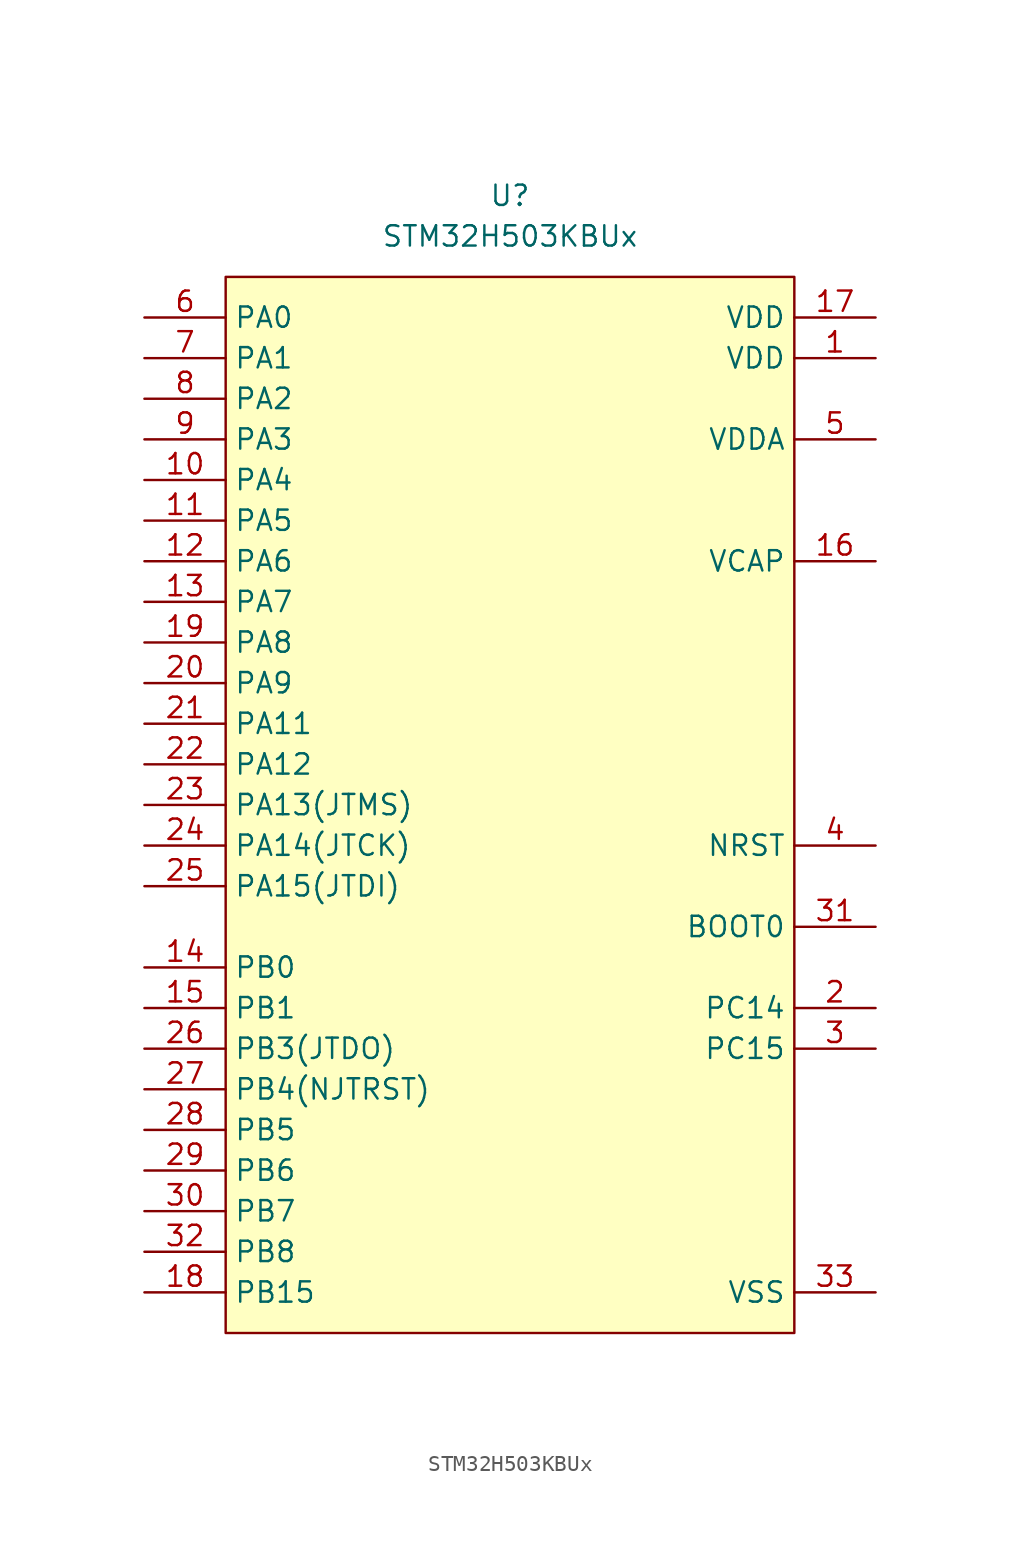
<source format=kicad_sym>
(kicad_symbol_lib
  (version 20241209)
  (generator "kicad_symbol_editor")
  (generator_version "9.0")
  (symbol "STM32H503KBUx"
    (property "Reference" "U"
      (at 0 5.08 0)
      (effects (font (size 1.27 1.27))))
    (property "Value" "STM32H503KBUx"
      (at 0 2.54 0)
      (effects (font (size 1.27 1.27))))
    (symbol "STM32H503KBUx_1_1"
      (rectangle (start -17.78 0) (end 17.78 -66.04) (stroke (width 0) (type solid)) (fill (type background)))
      (pin bidirectional line (at -22.86 -2.54 0) (length 5.08) (name "PA0" (effects (font (size 1.27 1.27)))) (number "6" (effects (font (size 1.27 1.27)))) (alternate "ADC1_INN1" bidirectional line) (alternate "ADC1_INP0" bidirectional line) (alternate "COMP1_INP" bidirectional line) (alternate "I2S1_SDI" bidirectional line) (alternate "I2S2_MCK" bidirectional line) (alternate "I2S3_WS" bidirectional line) (alternate "LPTIM1_ETR" bidirectional line) (alternate "LPTIM1_IN2" bidirectional line) (alternate "LPTIM2_ETR" bidirectional line) (alternate "OPAMP1_VINP" bidirectional line) (alternate "PWR_WKUP1" bidirectional line) (alternate "RTC_OUT2" bidirectional line) (alternate "SPI1_MISO" bidirectional line) (alternate "SPI3_NSS" bidirectional line) (alternate "SPI3_RDY" bidirectional line) (alternate "TAMP_IN2" bidirectional line) (alternate "TAMP_OUT1" bidirectional line) (alternate "TIM2_CH1" bidirectional line) (alternate "TIM2_ETR" bidirectional line) (alternate "TIM3_CH1" bidirectional line) (alternate "USART1_CTS" bidirectional line) (alternate "USART1_NSS" bidirectional line) (alternate "USART2_CTS" bidirectional line) (alternate "USART2_NSS" bidirectional line) (alternate "USART3_CK" bidirectional line) (alternate "USART3_CTS" bidirectional line) (alternate "USART3_NSS" bidirectional line))
      (pin bidirectional line (at -22.86 -5.08 0) (length 5.08) (name "PA1" (effects (font (size 1.27 1.27)))) (number "7" (effects (font (size 1.27 1.27)))) (alternate "ADC1_INP1" bidirectional line) (alternate "I2S1_WS" bidirectional line) (alternate "I2S3_CK" bidirectional line) (alternate "LPTIM1_IN1" bidirectional line) (alternate "SPI1_NSS" bidirectional line) (alternate "SPI2_RDY" bidirectional line) (alternate "SPI3_SCK" bidirectional line) (alternate "TIM1_CH3" bidirectional line) (alternate "TIM2_CH2" bidirectional line) (alternate "USART1_RX" bidirectional line) (alternate "USART2_CK" bidirectional line) (alternate "USART2_DE" bidirectional line) (alternate "USART2_RTS" bidirectional line))
      (pin bidirectional line (at -22.86 -7.62 0) (length 5.08) (name "PA2" (effects (font (size 1.27 1.27)))) (number "8" (effects (font (size 1.27 1.27)))) (alternate "ADC1_INP14" bidirectional line) (alternate "I2S1_CK" bidirectional line) (alternate "I2S3_SDI" bidirectional line) (alternate "LPTIM1_IN2" bidirectional line) (alternate "LPUART1_RX" bidirectional line) (alternate "PWR_WKUP2" bidirectional line) (alternate "SPI1_SCK" bidirectional line) (alternate "SPI3_MISO" bidirectional line) (alternate "TIM1_CH4" bidirectional line) (alternate "TIM2_CH3" bidirectional line) (alternate "TIM3_ETR" bidirectional line) (alternate "USART1_TX" bidirectional line) (alternate "USART2_TX" bidirectional line))
      (pin bidirectional line (at -22.86 -10.16 0) (length 5.08) (name "PA3" (effects (font (size 1.27 1.27)))) (number "9" (effects (font (size 1.27 1.27)))) (alternate "ADC1_INP15" bidirectional line) (alternate "I2S1_SDI" bidirectional line) (alternate "I2S2_WS" bidirectional line) (alternate "I2S3_SDO" bidirectional line) (alternate "LPUART1_TX" bidirectional line) (alternate "SPI1_MISO" bidirectional line) (alternate "SPI2_NSS" bidirectional line) (alternate "SPI3_MOSI" bidirectional line) (alternate "TIM1_CH1N" bidirectional line) (alternate "TIM2_CH4" bidirectional line) (alternate "USART1_CK" bidirectional line) (alternate "USART2_RX" bidirectional line) (alternate "USART3_RX" bidirectional line))
      (pin bidirectional line (at -22.86 -12.7 0) (length 5.08) (name "PA4" (effects (font (size 1.27 1.27)))) (number "10" (effects (font (size 1.27 1.27)))) (alternate "ADC1_INP18" bidirectional line) (alternate "DAC1_OUT1" bidirectional line) (alternate "I2S1_SDO" bidirectional line) (alternate "I2S1_WS" bidirectional line) (alternate "I2S3_SDI" bidirectional line) (alternate "I2S3_WS" bidirectional line) (alternate "LPTIM2_CH1" bidirectional line) (alternate "SPI1_MOSI" bidirectional line) (alternate "SPI1_NSS" bidirectional line) (alternate "SPI3_MISO" bidirectional line) (alternate "SPI3_NSS" bidirectional line) (alternate "TIM1_BKIN" bidirectional line) (alternate "TIM1_CH2N" bidirectional line) (alternate "USART1_DE" bidirectional line) (alternate "USART1_RTS" bidirectional line) (alternate "USART2_CK" bidirectional line) (alternate "USART3_TX" bidirectional line))
      (pin bidirectional line (at -22.86 -15.24 0) (length 5.08) (name "PA5" (effects (font (size 1.27 1.27)))) (number "11" (effects (font (size 1.27 1.27)))) (alternate "ADC1_INN18" bidirectional line) (alternate "ADC1_INP19" bidirectional line) (alternate "COMP1_INM" bidirectional line) (alternate "DAC1_OUT2" bidirectional line) (alternate "I2S1_CK" bidirectional line) (alternate "I2S1_MCK" bidirectional line) (alternate "I2S2_CK" bidirectional line) (alternate "I2S3_SDO" bidirectional line) (alternate "LPTIM1_CH1" bidirectional line) (alternate "LPTIM1_ETR" bidirectional line) (alternate "LPTIM2_CH2" bidirectional line) (alternate "LPUART1_DE" bidirectional line) (alternate "LPUART1_RTS" bidirectional line) (alternate "PWR_CSTOP" bidirectional line) (alternate "SPI1_SCK" bidirectional line) (alternate "SPI2_SCK" bidirectional line) (alternate "SPI3_MOSI" bidirectional line) (alternate "TIM2_CH1" bidirectional line) (alternate "TIM2_ETR" bidirectional line) (alternate "USART2_CTS" bidirectional line) (alternate "USART2_NSS" bidirectional line) (alternate "USART2_TX" bidirectional line) (alternate "USART3_RX" bidirectional line))
      (pin bidirectional line (at -22.86 -17.78 0) (length 5.08) (name "PA6" (effects (font (size 1.27 1.27)))) (number "12" (effects (font (size 1.27 1.27)))) (alternate "ADC1_INP3" bidirectional line) (alternate "I2S1_SDI" bidirectional line) (alternate "SPI1_MISO" bidirectional line) (alternate "TIM1_BKIN" bidirectional line) (alternate "TIM3_CH1" bidirectional line))
      (pin bidirectional line (at -22.86 -20.32 0) (length 5.08) (name "PA7" (effects (font (size 1.27 1.27)))) (number "13" (effects (font (size 1.27 1.27)))) (alternate "ADC1_INN3" bidirectional line) (alternate "ADC1_INP7" bidirectional line) (alternate "AUDIOCLK" bidirectional line) (alternate "I2S1_MCK" bidirectional line) (alternate "I2S1_SDO" bidirectional line) (alternate "I2S2_MCK" bidirectional line) (alternate "I2S2_SDI" bidirectional line) (alternate "I2S3_MCK" bidirectional line) (alternate "LPTIM2_ETR" bidirectional line) (alternate "OPAMP1_VOUT" bidirectional line) (alternate "PWR_CSLEEP" bidirectional line) (alternate "SPI1_MOSI" bidirectional line) (alternate "SPI2_MISO" bidirectional line) (alternate "TIM1_CH1N" bidirectional line) (alternate "TIM2_CH3" bidirectional line) (alternate "TIM3_CH2" bidirectional line) (alternate "USART1_DE" bidirectional line) (alternate "USART1_RTS" bidirectional line) (alternate "USART3_CK" bidirectional line) (alternate "USART3_DE" bidirectional line) (alternate "USART3_RTS" bidirectional line))
      (pin bidirectional line (at -22.86 -22.86 0) (length 5.08) (name "PA8" (effects (font (size 1.27 1.27)))) (number "19" (effects (font (size 1.27 1.27)))) (alternate "FDCAN1_RX" bidirectional line) (alternate "I2S1_CK" bidirectional line) (alternate "I2S2_SDO" bidirectional line) (alternate "I2S2_WS" bidirectional line) (alternate "LPTIM2_IN1" bidirectional line) (alternate "LPUART1_CTS" bidirectional line) (alternate "RCC_MCO_1" bidirectional line) (alternate "SPI1_RDY" bidirectional line) (alternate "SPI1_SCK" bidirectional line) (alternate "SPI2_MOSI" bidirectional line) (alternate "SPI2_NSS" bidirectional line) (alternate "TIM1_CH1" bidirectional line) (alternate "TIM1_CH4N" bidirectional line) (alternate "TIM3_CH3" bidirectional line) (alternate "USART1_CK" bidirectional line) (alternate "USART2_TX" bidirectional line) (alternate "USART3_TX" bidirectional line) (alternate "USB_SOF" bidirectional line))
      (pin bidirectional line (at -22.86 -25.4 0) (length 5.08) (name "PA9" (effects (font (size 1.27 1.27)))) (number "20" (effects (font (size 1.27 1.27)))) (alternate "DAC1_EXTI9" bidirectional line) (alternate "DEBUG_TRACED2" bidirectional line) (alternate "I2S1_SDI" bidirectional line) (alternate "I2S2_CK" bidirectional line) (alternate "I2S3_SDO" bidirectional line) (alternate "LPUART1_TX" bidirectional line) (alternate "SPI1_MISO" bidirectional line) (alternate "SPI2_SCK" bidirectional line) (alternate "SPI3_MOSI" bidirectional line) (alternate "TIM1_CH2" bidirectional line) (alternate "USART1_TX" bidirectional line) (alternate "USART3_CK" bidirectional line))
      (pin bidirectional line (at -22.86 -27.94 0) (length 5.08) (name "PA11" (effects (font (size 1.27 1.27)))) (number "21" (effects (font (size 1.27 1.27)))) (alternate "ADC1_EXTI11" bidirectional line) (alternate "DEBUG_TRGIO" bidirectional line) (alternate "FDCAN1_RX" bidirectional line) (alternate "I2S2_WS" bidirectional line) (alternate "LPTIM2_CH2" bidirectional line) (alternate "LPUART1_CTS" bidirectional line) (alternate "SPI2_NSS" bidirectional line) (alternate "SPI3_RDY" bidirectional line) (alternate "TIM1_CH4" bidirectional line) (alternate "TIM3_CH2" bidirectional line) (alternate "USART1_CTS" bidirectional line) (alternate "USART1_NSS" bidirectional line) (alternate "USART1_RX" bidirectional line) (alternate "USART2_RX" bidirectional line) (alternate "USART3_DE" bidirectional line) (alternate "USART3_RTS" bidirectional line) (alternate "USB_DM" bidirectional line))
      (pin bidirectional line (at -22.86 -30.48 0) (length 5.08) (name "PA12" (effects (font (size 1.27 1.27)))) (number "22" (effects (font (size 1.27 1.27)))) (alternate "DEBUG_TRACED3" bidirectional line) (alternate "FDCAN1_TX" bidirectional line) (alternate "I2S2_CK" bidirectional line) (alternate "LPUART1_DE" bidirectional line) (alternate "LPUART1_RTS" bidirectional line) (alternate "SPI2_RDY" bidirectional line) (alternate "SPI2_SCK" bidirectional line) (alternate "TIM1_ETR" bidirectional line) (alternate "TIM2_CH4" bidirectional line) (alternate "TIM3_CH4" bidirectional line) (alternate "USART1_DE" bidirectional line) (alternate "USART1_RTS" bidirectional line) (alternate "USART1_TX" bidirectional line) (alternate "USART2_TX" bidirectional line) (alternate "USART3_RX" bidirectional line) (alternate "USB_DP" bidirectional line))
      (pin bidirectional line (at -22.86 -33.02 0) (length 5.08) (name "PA13(JTMS)" (effects (font (size 1.27 1.27)))) (number "23" (effects (font (size 1.27 1.27)))) (alternate "COMP1_OUT" bidirectional line) (alternate "DEBUG_JTMS-SWDIO" bidirectional line) (alternate "LPTIM1_CH1" bidirectional line) (alternate "LPUART1_CTS" bidirectional line) (alternate "TIM1_CH1" bidirectional line) (alternate "TIM1_ETR" bidirectional line) (alternate "USART1_RX" bidirectional line) (alternate "USART2_RX" bidirectional line))
      (pin bidirectional line (at -22.86 -35.56 0) (length 5.08) (name "PA14(JTCK)" (effects (font (size 1.27 1.27)))) (number "24" (effects (font (size 1.27 1.27)))) (alternate "DEBUG_JTCK-SWCLK" bidirectional line) (alternate "LPTIM1_ETR" bidirectional line) (alternate "LPTIM2_CH1" bidirectional line) (alternate "LPUART1_DE" bidirectional line) (alternate "LPUART1_RTS" bidirectional line) (alternate "TIM1_CH2" bidirectional line) (alternate "TIM1_CH4N" bidirectional line) (alternate "TIM3_CH1" bidirectional line) (alternate "USART1_TX" bidirectional line) (alternate "USART2_TX" bidirectional line))
      (pin bidirectional line (at -22.86 -38.1 0) (length 5.08) (name "PA15(JTDI)" (effects (font (size 1.27 1.27)))) (number "25" (effects (font (size 1.27 1.27)))) (alternate "ADC1_EXTI15" bidirectional line) (alternate "DEBUG_JTDI" bidirectional line) (alternate "I2S1_WS" bidirectional line) (alternate "I2S2_SDI" bidirectional line) (alternate "I2S3_CK" bidirectional line) (alternate "I2S3_WS" bidirectional line) (alternate "LPTIM1_IN2" bidirectional line) (alternate "LPTIM2_CH1" bidirectional line) (alternate "SPI1_NSS" bidirectional line) (alternate "SPI2_MISO" bidirectional line) (alternate "SPI3_NSS" bidirectional line) (alternate "SPI3_SCK" bidirectional line) (alternate "TIM2_CH1" bidirectional line) (alternate "TIM2_ETR" bidirectional line) (alternate "USART1_CTS" bidirectional line) (alternate "USART1_NSS" bidirectional line) (alternate "USART2_CK" bidirectional line) (alternate "USART2_DE" bidirectional line) (alternate "USART2_RTS" bidirectional line) (alternate "USART2_RX" bidirectional line) (alternate "USART3_RX" bidirectional line))
      (pin bidirectional line (at -22.86 -43.18 0) (length 5.08) (name "PB0" (effects (font (size 1.27 1.27)))) (number "14" (effects (font (size 1.27 1.27)))) (alternate "ADC1_INN5" bidirectional line) (alternate "ADC1_INP9" bidirectional line) (alternate "COMP1_INP" bidirectional line) (alternate "LPTIM1_IN1" bidirectional line) (alternate "OPAMP1_VINP" bidirectional line) (alternate "TIM1_CH2N" bidirectional line) (alternate "TIM1_ETR" bidirectional line) (alternate "TIM3_CH3" bidirectional line) (alternate "USART2_TX" bidirectional line))
      (pin bidirectional line (at -22.86 -45.72 0) (length 5.08) (name "PB1" (effects (font (size 1.27 1.27)))) (number "15" (effects (font (size 1.27 1.27)))) (alternate "ADC1_INP5" bidirectional line) (alternate "COMP1_INM" bidirectional line) (alternate "COMP1_OUT" bidirectional line) (alternate "I2S2_SDO" bidirectional line) (alternate "LPTIM1_IN2" bidirectional line) (alternate "LPTIM2_ETR" bidirectional line) (alternate "OPAMP1_VINM" bidirectional line) (alternate "OPAMP1_VINM1" bidirectional line) (alternate "SPI2_MOSI" bidirectional line) (alternate "TIM1_CH1" bidirectional line) (alternate "TIM1_CH3N" bidirectional line) (alternate "TIM3_CH4" bidirectional line) (alternate "USART2_RX" bidirectional line))
      (pin bidirectional line (at -22.86 -48.26 0) (length 5.08) (name "PB3(JTDO)" (effects (font (size 1.27 1.27)))) (number "26" (effects (font (size 1.27 1.27)))) (alternate "CRS_SYNC" bidirectional line) (alternate "DEBUG_JTDO-SWO" bidirectional line) (alternate "FDCAN1_RX" bidirectional line) (alternate "I2C1_SMBA" bidirectional line) (alternate "I2C2_SCL" bidirectional line) (alternate "I2C2_SDA" bidirectional line) (alternate "I2S1_CK" bidirectional line) (alternate "I2S2_MCK" bidirectional line) (alternate "I2S3_CK" bidirectional line) (alternate "I3C2_SCL" bidirectional line) (alternate "LPTIM1_CH1" bidirectional line) (alternate "SPI1_SCK" bidirectional line) (alternate "SPI3_SCK" bidirectional line) (alternate "TIM1_BKIN" bidirectional line) (alternate "TIM2_CH2" bidirectional line) (alternate "USART3_TX" bidirectional line))
      (pin bidirectional line (at -22.86 -50.8 0) (length 5.08) (name "PB4(NJTRST)" (effects (font (size 1.27 1.27)))) (number "27" (effects (font (size 1.27 1.27)))) (alternate "DEBUG_JTRST" bidirectional line) (alternate "FDCAN1_TX" bidirectional line) (alternate "I2C1_SMBA" bidirectional line) (alternate "I2C2_SDA" bidirectional line) (alternate "I2S1_SDI" bidirectional line) (alternate "I2S2_WS" bidirectional line) (alternate "I2S3_SDI" bidirectional line) (alternate "I3C2_SDA" bidirectional line) (alternate "LPTIM1_CH2" bidirectional line) (alternate "SPI1_MISO" bidirectional line) (alternate "SPI2_NSS" bidirectional line) (alternate "SPI3_MISO" bidirectional line) (alternate "TIM1_CH2" bidirectional line) (alternate "TIM1_CH4N" bidirectional line) (alternate "TIM3_CH1" bidirectional line) (alternate "USART2_TX" bidirectional line))
      (pin bidirectional line (at -22.86 -53.34 0) (length 5.08) (name "PB5" (effects (font (size 1.27 1.27)))) (number "28" (effects (font (size 1.27 1.27)))) (alternate "DEBUG_TRACECLK" bidirectional line) (alternate "FDCAN1_RX" bidirectional line) (alternate "I2C1_SDA" bidirectional line) (alternate "I2C1_SMBA" bidirectional line) (alternate "I2C2_SCL" bidirectional line) (alternate "I2S1_SDO" bidirectional line) (alternate "I2S2_SDI" bidirectional line) (alternate "I2S3_SDO" bidirectional line) (alternate "I3C1_SDA" bidirectional line) (alternate "I3C2_SCL" bidirectional line) (alternate "LPTIM1_IN1" bidirectional line) (alternate "SPI1_MOSI" bidirectional line) (alternate "SPI2_MISO" bidirectional line) (alternate "SPI3_MOSI" bidirectional line) (alternate "TIM1_CH3" bidirectional line) (alternate "TIM3_CH2" bidirectional line) (alternate "USART2_RX" bidirectional line))
      (pin bidirectional line (at -22.86 -55.88 0) (length 5.08) (name "PB6" (effects (font (size 1.27 1.27)))) (number "29" (effects (font (size 1.27 1.27)))) (alternate "DEBUG_TRACED0" bidirectional line) (alternate "FDCAN1_TX" bidirectional line) (alternate "I2C1_SCL" bidirectional line) (alternate "I2S1_MCK" bidirectional line) (alternate "I3C1_SCL" bidirectional line) (alternate "LPUART1_TX" bidirectional line) (alternate "SPI3_RDY" bidirectional line) (alternate "TIM1_CH2" bidirectional line) (alternate "TIM1_CH3N" bidirectional line) (alternate "TIM3_CH3" bidirectional line) (alternate "USART1_TX" bidirectional line) (alternate "USART2_CK" bidirectional line) (alternate "USART2_CTS" bidirectional line) (alternate "USART2_NSS" bidirectional line))
      (pin bidirectional line (at -22.86 -58.42 0) (length 5.08) (name "PB7" (effects (font (size 1.27 1.27)))) (number "30" (effects (font (size 1.27 1.27)))) (alternate "AUDIOCLK" bidirectional line) (alternate "DEBUG_TRACED1" bidirectional line) (alternate "FDCAN1_TX" bidirectional line) (alternate "I2C1_SDA" bidirectional line) (alternate "I2C2_SMBA" bidirectional line) (alternate "I2S3_CK" bidirectional line) (alternate "I2S3_MCK" bidirectional line) (alternate "I3C1_SDA" bidirectional line) (alternate "LPUART1_RX" bidirectional line) (alternate "PWR_WKUP5" bidirectional line) (alternate "SPI3_SCK" bidirectional line) (alternate "TIM1_CH1" bidirectional line) (alternate "TIM1_CH2N" bidirectional line) (alternate "TIM3_ETR" bidirectional line) (alternate "USART1_RX" bidirectional line) (alternate "USART3_TX" bidirectional line))
      (pin bidirectional line (at -22.86 -60.96 0) (length 5.08) (name "PB8" (effects (font (size 1.27 1.27)))) (number "32" (effects (font (size 1.27 1.27)))) (alternate "DEBUG_TRACED2" bidirectional line) (alternate "FDCAN1_RX" bidirectional line) (alternate "I2C1_SCL" bidirectional line) (alternate "I2C2_SDA" bidirectional line) (alternate "I2C2_SMBA" bidirectional line) (alternate "I2S1_WS" bidirectional line) (alternate "I2S2_MCK" bidirectional line) (alternate "I3C1_SCL" bidirectional line) (alternate "I3C2_SDA" bidirectional line) (alternate "LPTIM1_CH2" bidirectional line) (alternate "LPTIM2_CH1" bidirectional line) (alternate "SPI1_NSS" bidirectional line) (alternate "SPI2_RDY" bidirectional line) (alternate "TIM1_BKIN2" bidirectional line) (alternate "USART1_CK" bidirectional line) (alternate "USART3_RX" bidirectional line))
      (pin bidirectional line (at -22.86 -63.5 0) (length 5.08) (name "PB15" (effects (font (size 1.27 1.27)))) (number "18" (effects (font (size 1.27 1.27)))) (alternate "ADC1_EXTI15" bidirectional line) (alternate "COMP1_OUT" bidirectional line) (alternate "FDCAN1_TX" bidirectional line) (alternate "I2S2_SDO" bidirectional line) (alternate "I2S3_MCK" bidirectional line) (alternate "I2S3_SDI" bidirectional line) (alternate "LPTIM1_CH1" bidirectional line) (alternate "LPTIM2_IN2" bidirectional line) (alternate "LPUART1_RX" bidirectional line) (alternate "PWR_PVD_IN" bidirectional line) (alternate "RTC_REFIN" bidirectional line) (alternate "SPI2_MOSI" bidirectional line) (alternate "SPI3_MISO" bidirectional line) (alternate "TIM1_CH3N" bidirectional line) (alternate "TIM3_CH4" bidirectional line) (alternate "USART1_RX" bidirectional line) (alternate "USART2_DE" bidirectional line) (alternate "USART2_RTS" bidirectional line) (alternate "USART2_RX" bidirectional line) (alternate "USART3_CTS" bidirectional line) (alternate "USART3_NSS" bidirectional line))
      (pin power_in line (at 22.86 -2.54 180) (length 5.08) (name "VDD" (effects (font (size 1.27 1.27)))) (number "17" (effects (font (size 1.27 1.27)))))
      (pin power_in line (at 22.86 -5.08 180) (length 5.08) (name "VDD" (effects (font (size 1.27 1.27)))) (number "1" (effects (font (size 1.27 1.27)))))
      (pin power_in line (at 22.86 -10.16 180) (length 5.08) (name "VDDA" (effects (font (size 1.27 1.27)))) (number "5" (effects (font (size 1.27 1.27)))))
      (pin power_out line (at 22.86 -17.78 180) (length 5.08) (name "VCAP" (effects (font (size 1.27 1.27)))) (number "16" (effects (font (size 1.27 1.27)))))
      (pin input line (at 22.86 -35.56 180) (length 5.08) (name "NRST" (effects (font (size 1.27 1.27)))) (number "4" (effects (font (size 1.27 1.27)))))
      (pin input line (at 22.86 -40.64 180) (length 5.08) (name "BOOT0" (effects (font (size 1.27 1.27)))) (number "31" (effects (font (size 1.27 1.27)))))
      (pin bidirectional line (at 22.86 -45.72 180) (length 5.08) (name "PC14" (effects (font (size 1.27 1.27)))) (number "2" (effects (font (size 1.27 1.27)))) (alternate "RCC_OSC32_IN" bidirectional line))
      (pin bidirectional line (at 22.86 -48.26 180) (length 5.08) (name "PC15" (effects (font (size 1.27 1.27)))) (number "3" (effects (font (size 1.27 1.27)))) (alternate "ADC1_EXTI15" bidirectional line) (alternate "RCC_OSC32_OUT" bidirectional line))
      (pin power_in line (at 22.86 -63.5 180) (length 5.08) (name "VSS" (effects (font (size 1.27 1.27)))) (number "33" (effects (font (size 1.27 1.27))))))))
</source>
